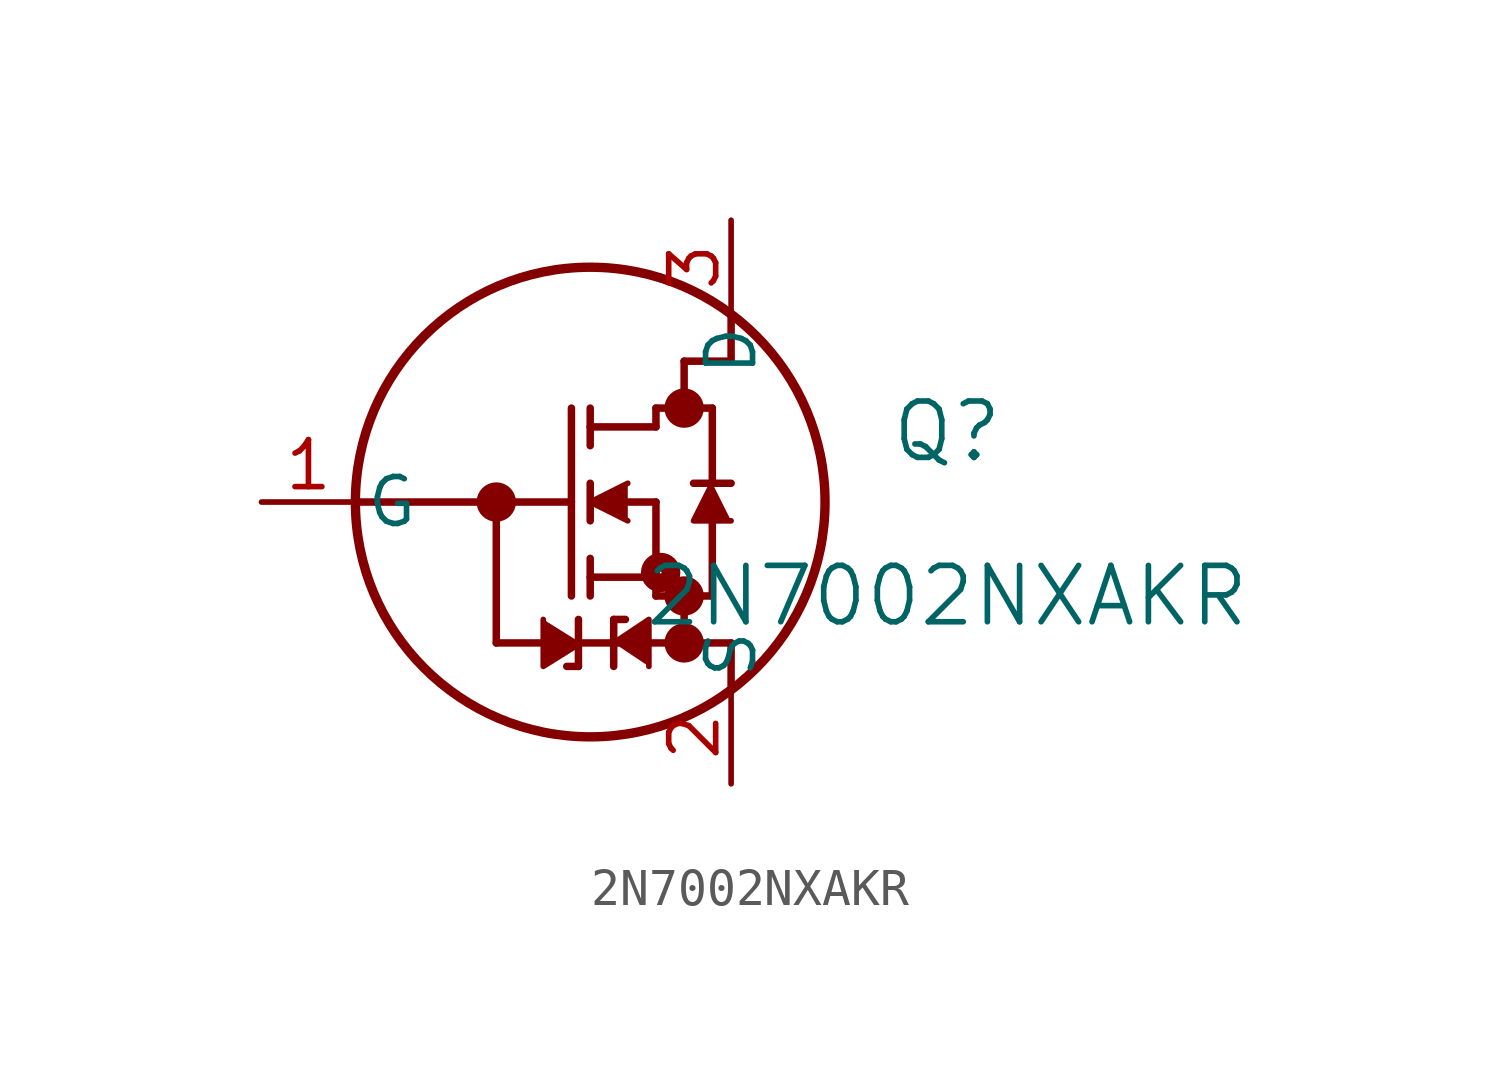
<source format=kicad_sym>
(kicad_symbol_lib
  (version 20211014)
  (generator kicad_symbol_editor)
  (symbol "2N7002NXAKR"
    (pin_names
      (offset 0.254))
    (property "Reference" "Q"
      (at 18.542 1.905 0)
      (effects (font (size 1.524 1.524))))
    (property "Value" "2N7002NXAKR"
      (at 18.542 -2.54 0)
      (effects (font (size 1.524 1.524))))
    (symbol "2N7002NXAKR_0_1"
      (circle (center 11.43 2.54) (radius 0.025) (stroke (width 0.508) (type default) (color 0 0 0 0)) (fill (type none)))
      (circle (center 11.43 -2.54) (radius 0.025) (stroke (width 0.508) (type default) (color 0 0 0 0)) (fill (type none)))
      (circle (center 10.795 -1.905) (radius 0.025) (stroke (width 0.508) (type default) (color 0 0 0 0)) (fill (type none)))
      (circle (center 8.89 0) (radius 6.35) (stroke (width 0.254) (type default) (color 0 0 0 0)) (fill (type none)))
      (polyline (pts (xy 6.35 0) (xy 6.35 -3.81)) (stroke (width 0.203) (type default) (color 0 0 0 0)) (fill (type none)))
      (polyline (pts (xy 8.382 -2.54) (xy 8.382 2.54)) (stroke (width 0.203) (type default) (color 0 0 0 0)) (fill (type none)))
      (polyline (pts (xy 8.89 -0.508) (xy 8.89 0.508)) (stroke (width 0.203) (type default) (color 0 0 0 0)) (fill (type none)))
      (polyline (pts (xy 8.89 -2.54) (xy 8.89 -1.524)) (stroke (width 0.203) (type default) (color 0 0 0 0)) (fill (type none)))
      (polyline (pts (xy 8.89 1.524) (xy 8.89 2.54)) (stroke (width 0.203) (type default) (color 0 0 0 0)) (fill (type none)))
      (polyline (pts (xy 9.906 0) (xy 10.668 0)) (stroke (width 0.203) (type default) (color 0 0 0 0)) (fill (type none)))
      (polyline (pts (xy 8.89 -2.032) (xy 10.668 -2.032)) (stroke (width 0.203) (type default) (color 0 0 0 0)) (fill (type none)))
      (polyline (pts (xy 10.668 -2.54) (xy 10.668 0)) (stroke (width 0.203) (type default) (color 0 0 0 0)) (fill (type none)))
      (polyline (pts (xy 10.668 -2.54) (xy 12.192 -2.54)) (stroke (width 0.203) (type default) (color 0 0 0 0)) (fill (type none)))
      (polyline (pts (xy 8.89 2.032) (xy 10.668 2.032)) (stroke (width 0.203) (type default) (color 0 0 0 0)) (fill (type none)))
      (polyline (pts (xy 12.192 0.508) (xy 12.192 2.54)) (stroke (width 0.203) (type default) (color 0 0 0 0)) (fill (type none)))
      (polyline (pts (xy 12.192 -2.54) (xy 12.192 -0.508)) (stroke (width 0.203) (type default) (color 0 0 0 0)) (fill (type none)))
      (polyline (pts (xy 12.7 0.508) (xy 11.684 0.508)) (stroke (width 0.203) (type default) (color 0 0 0 0)) (fill (type none)))
      (polyline (pts (xy 10.668 2.54) (xy 12.192 2.54)) (stroke (width 0.203) (type default) (color 0 0 0 0)) (fill (type none)))
      (polyline (pts (xy 10.668 2.032) (xy 10.668 2.54)) (stroke (width 0.203) (type default) (color 0 0 0 0)) (fill (type none)))
      (polyline (pts (xy 11.43 3.81) (xy 11.43 2.54)) (stroke (width 0.203) (type default) (color 0 0 0 0)) (fill (type none)))
      (polyline (pts (xy 11.43 -2.54) (xy 11.43 -3.81)) (stroke (width 0.203) (type default) (color 0 0 0 0)) (fill (type none)))
      (polyline (pts (xy 9.525 -3.175) (xy 9.525 -4.445)) (stroke (width 0.203) (type default) (color 0 0 0 0)) (fill (type none)))
      (polyline (pts (xy 2.54 0) (xy 8.382 0)) (stroke (width 0.203) (type default) (color 0 0 0 0)) (fill (type none)))
      (polyline (pts (xy 9.525 -3.175) (xy 9.842 -3.175)) (stroke (width 0.203) (type default) (color 0 0 0 0)) (fill (type none)))
      (polyline (pts (xy 9.525 -3.81) (xy 10.477 -3.175) (xy 10.477 -4.445)) (stroke (width 0) (type default) (color 0 0 0 0)) (fill (type outline)))
      (polyline (pts (xy 8.572 -4.445) (xy 8.572 -3.175)) (stroke (width 0.203) (type default) (color 0 0 0 0)) (fill (type none)))
      (polyline (pts (xy 8.636 -3.81) (xy 7.62 -4.445) (xy 7.62 -3.175)) (stroke (width 0) (type default) (color 0 0 0 0)) (fill (type outline)))
      (polyline (pts (xy 8.255 -4.445) (xy 8.572 -4.445)) (stroke (width 0.203) (type default) (color 0 0 0 0)) (fill (type none)))
      (circle (center 6.35 0) (radius 0.025) (stroke (width 0.508) (type default) (color 0 0 0 0)) (fill (type none)))
      (circle (center 11.43 -3.81) (radius 0.025) (stroke (width 0.508) (type default) (color 0 0 0 0)) (fill (type none)))
      (polyline (pts (xy 6.35 -3.81) (xy 7.62 -3.81)) (stroke (width 0.203) (type default) (color 0 0 0 0)) (fill (type none)))
      (polyline (pts (xy 8.636 -3.81) (xy 11.43 -3.81)) (stroke (width 0.203) (type default) (color 0 0 0 0)) (fill (type none)))
      (polyline (pts (xy 11.43 -3.81) (xy 12.7 -3.81)) (stroke (width 0.203) (type default) (color 0 0 0 0)) (fill (type none)))
      (polyline (pts (xy 12.7 -5.08) (xy 12.7 -3.81)) (stroke (width 0.203) (type default) (color 0 0 0 0)) (fill (type none)))
      (polyline (pts (xy 11.43 3.81) (xy 12.7 3.81)) (stroke (width 0.203) (type default) (color 0 0 0 0)) (fill (type none)))
      (polyline (pts (xy 12.7 3.81) (xy 12.7 5.08)) (stroke (width 0.203) (type default) (color 0 0 0 0)) (fill (type none)))
      (polyline (pts (xy 9.906 0.508) (xy 8.89 0) (xy 9.906 -0.508)) (stroke (width 0) (type default) (color 0 0 0 0)) (fill (type outline)))
      (polyline (pts (xy 12.7 -0.508) (xy 11.684 -0.508) (xy 12.192 0.508)) (stroke (width 0) (type default) (color 0 0 0 0)) (fill (type outline)))
      (pin unspecified line (at 0 0 0) (length 2.54) (name "G" (effects (font (size 1.27 1.27)))) (number "1" (effects (font (size 1.27 1.27)))))
      (pin unspecified line (at 12.7 -7.62 90) (length 2.54) (name "S" (effects (font (size 1.27 1.27)))) (number "2" (effects (font (size 1.27 1.27)))))
      (pin unspecified line (at 12.7 7.62 270) (length 2.54) (name "D" (effects (font (size 1.27 1.27)))) (number "3" (effects (font (size 1.27 1.27))))))))
</source>
